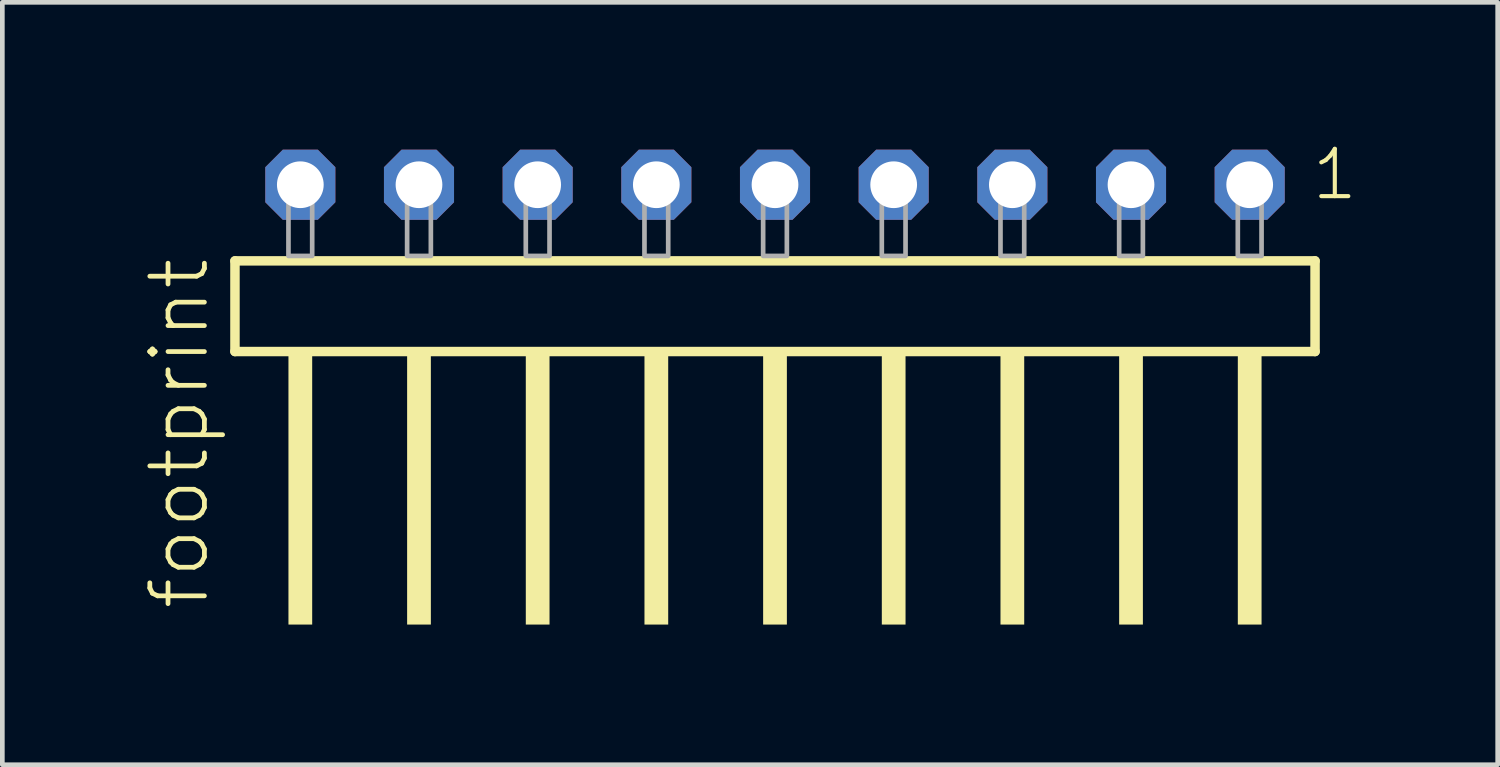
<source format=kicad_pcb>
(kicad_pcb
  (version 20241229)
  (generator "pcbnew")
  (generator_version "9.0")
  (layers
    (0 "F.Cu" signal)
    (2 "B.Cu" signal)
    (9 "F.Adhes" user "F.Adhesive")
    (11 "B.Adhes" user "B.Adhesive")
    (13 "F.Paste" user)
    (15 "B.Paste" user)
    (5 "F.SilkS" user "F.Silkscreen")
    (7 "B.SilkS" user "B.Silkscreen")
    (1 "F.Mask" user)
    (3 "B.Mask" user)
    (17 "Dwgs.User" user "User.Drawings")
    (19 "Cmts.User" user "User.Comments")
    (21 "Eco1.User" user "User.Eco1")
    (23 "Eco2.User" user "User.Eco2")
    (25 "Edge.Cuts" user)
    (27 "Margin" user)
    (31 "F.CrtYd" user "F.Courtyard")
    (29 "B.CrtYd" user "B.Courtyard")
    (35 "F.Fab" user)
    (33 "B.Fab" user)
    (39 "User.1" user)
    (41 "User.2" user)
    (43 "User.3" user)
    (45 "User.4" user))
  (footprint "footprint"
    (layer "F.Cu")
    (at 13.538 2.428)
    (property "Reference" "footprint" (at -12.065 7.62 90) (layer "F.SilkS") (effects (font (size 1.168 1.168) (thickness 0.102)) (justify left bottom)))
    (fp_line (start -11.559 0.106) (end -11.559 2.046) (stroke (width 0.203) (type solid)) (layer "F.SilkS"))
    (fp_line (start -11.559 2.046) (end 11.559 2.046) (stroke (width 0.203) (type solid)) (layer "F.SilkS"))
    (fp_line (start 11.559 0.106) (end -11.559 0.106) (stroke (width 0.203) (type solid)) (layer "F.SilkS"))
    (fp_line (start 11.559 2.046) (end 11.559 0.106) (stroke (width 0.203) (type solid)) (layer "F.SilkS"))
    (fp_poly (pts (xy -10.414 7.89) (xy -9.906 7.89) (xy -9.906 2.04) (xy -10.414 2.04)) (stroke (width 0) (type solid)) (fill yes) (layer "F.SilkS"))
    (fp_poly (pts (xy -7.874 7.89) (xy -7.366 7.89) (xy -7.366 2.04) (xy -7.874 2.04)) (stroke (width 0) (type solid)) (fill yes) (layer "F.SilkS"))
    (fp_poly (pts (xy -5.334 7.89) (xy -4.826 7.89) (xy -4.826 2.04) (xy -5.334 2.04)) (stroke (width 0) (type solid)) (fill yes) (layer "F.SilkS"))
    (fp_poly (pts (xy -2.794 7.89) (xy -2.286 7.89) (xy -2.286 2.04) (xy -2.794 2.04)) (stroke (width 0) (type solid)) (fill yes) (layer "F.SilkS"))
    (fp_poly (pts (xy -0.254 7.89) (xy 0.254 7.89) (xy 0.254 2.04) (xy -0.254 2.04)) (stroke (width 0) (type solid)) (fill yes) (layer "F.SilkS"))
    (fp_poly (pts (xy 2.286 7.89) (xy 2.794 7.89) (xy 2.794 2.04) (xy 2.286 2.04)) (stroke (width 0) (type solid)) (fill yes) (layer "F.SilkS"))
    (fp_poly (pts (xy 4.826 7.89) (xy 5.334 7.89) (xy 5.334 2.04) (xy 4.826 2.04)) (stroke (width 0) (type solid)) (fill yes) (layer "F.SilkS"))
    (fp_poly (pts (xy 7.366 7.89) (xy 7.874 7.89) (xy 7.874 2.04) (xy 7.366 2.04)) (stroke (width 0) (type solid)) (fill yes) (layer "F.SilkS"))
    (fp_poly (pts (xy 9.906 7.89) (xy 10.414 7.89) (xy 10.414 2.04) (xy 9.906 2.04)) (stroke (width 0) (type solid)) (fill yes) (layer "F.SilkS"))
    (fp_poly (pts (xy -10.414 0) (xy -9.906 0) (xy -9.906 -1.778) (xy -10.414 -1.778)) (stroke (width 0.1) (type solid)) (fill no) (layer "F.Fab"))
    (fp_poly (pts (xy -7.874 0) (xy -7.366 0) (xy -7.366 -1.778) (xy -7.874 -1.778)) (stroke (width 0.1) (type solid)) (fill no) (layer "F.Fab"))
    (fp_poly (pts (xy -5.334 0) (xy -4.826 0) (xy -4.826 -1.778) (xy -5.334 -1.778)) (stroke (width 0.1) (type solid)) (fill no) (layer "F.Fab"))
    (fp_poly (pts (xy -2.794 0) (xy -2.286 0) (xy -2.286 -1.778) (xy -2.794 -1.778)) (stroke (width 0.1) (type solid)) (fill no) (layer "F.Fab"))
    (fp_poly (pts (xy -0.254 0) (xy 0.254 0) (xy 0.254 -1.778) (xy -0.254 -1.778)) (stroke (width 0.1) (type solid)) (fill no) (layer "F.Fab"))
    (fp_poly (pts (xy 2.286 0) (xy 2.794 0) (xy 2.794 -1.778) (xy 2.286 -1.778)) (stroke (width 0.1) (type solid)) (fill no) (layer "F.Fab"))
    (fp_poly (pts (xy 4.826 0) (xy 5.334 0) (xy 5.334 -1.778) (xy 4.826 -1.778)) (stroke (width 0.1) (type solid)) (fill no) (layer "F.Fab"))
    (fp_poly (pts (xy 7.366 0) (xy 7.874 0) (xy 7.874 -1.778) (xy 7.366 -1.778)) (stroke (width 0.1) (type solid)) (fill no) (layer "F.Fab"))
    (fp_poly (pts (xy 9.906 0) (xy 10.414 0) (xy 10.414 -1.778) (xy 9.906 -1.778)) (stroke (width 0.1) (type solid)) (fill no) (layer "F.Fab"))
    (fp_text user "1" (at 11.442 -1.152 0) (layer "F.SilkS") (effects (font (size 1.012 1.012) (thickness 0.088)) (justify left bottom)))
    (pad "1" thru_hole roundrect (at 10.16 -1.524 180) (size 1.5 1.5) (drill 1) (layers "*.Cu" "*.Mask") (roundrect_rratio 0.25) (chamfer_ratio 0.25) (chamfer top_left top_right bottom_left bottom_right))
    (pad "2" thru_hole roundrect (at 7.62 -1.524 180) (size 1.5 1.5) (drill 1) (layers "*.Cu" "*.Mask") (roundrect_rratio 0.25) (chamfer_ratio 0.25) (chamfer top_left top_right bottom_left bottom_right))
    (pad "3" thru_hole roundrect (at 5.08 -1.524 180) (size 1.5 1.5) (drill 1) (layers "*.Cu" "*.Mask") (roundrect_rratio 0.25) (chamfer_ratio 0.25) (chamfer top_left top_right bottom_left bottom_right))
    (pad "4" thru_hole roundrect (at 2.54 -1.524 180) (size 1.5 1.5) (drill 1) (layers "*.Cu" "*.Mask") (roundrect_rratio 0.25) (chamfer_ratio 0.25) (chamfer top_left top_right bottom_left bottom_right))
    (pad "5" thru_hole roundrect (at 0 -1.524 180) (size 1.5 1.5) (drill 1) (layers "*.Cu" "*.Mask") (roundrect_rratio 0.25) (chamfer_ratio 0.25) (chamfer top_left top_right bottom_left bottom_right))
    (pad "6" thru_hole roundrect (at -2.54 -1.524 180) (size 1.5 1.5) (drill 1) (layers "*.Cu" "*.Mask") (roundrect_rratio 0.25) (chamfer_ratio 0.25) (chamfer top_left top_right bottom_left bottom_right))
    (pad "7" thru_hole roundrect (at -5.08 -1.524 180) (size 1.5 1.5) (drill 1) (layers "*.Cu" "*.Mask") (roundrect_rratio 0.25) (chamfer_ratio 0.25) (chamfer top_left top_right bottom_left bottom_right))
    (pad "8" thru_hole roundrect (at -7.62 -1.524 180) (size 1.5 1.5) (drill 1) (layers "*.Cu" "*.Mask") (roundrect_rratio 0.25) (chamfer_ratio 0.25) (chamfer top_left top_right bottom_left bottom_right))
    (pad "9" thru_hole roundrect (at -10.16 -1.524 180) (size 1.5 1.5) (drill 1) (layers "*.Cu" "*.Mask") (roundrect_rratio 0.25) (chamfer_ratio 0.25) (chamfer top_left top_right bottom_left bottom_right)))
  (gr_rect
    (start -3 -3)
    (end 29.006 13.318)
    (stroke (width 0.1) (type default))
    (fill no)
    (layer "Edge.Cuts")))
</source>
